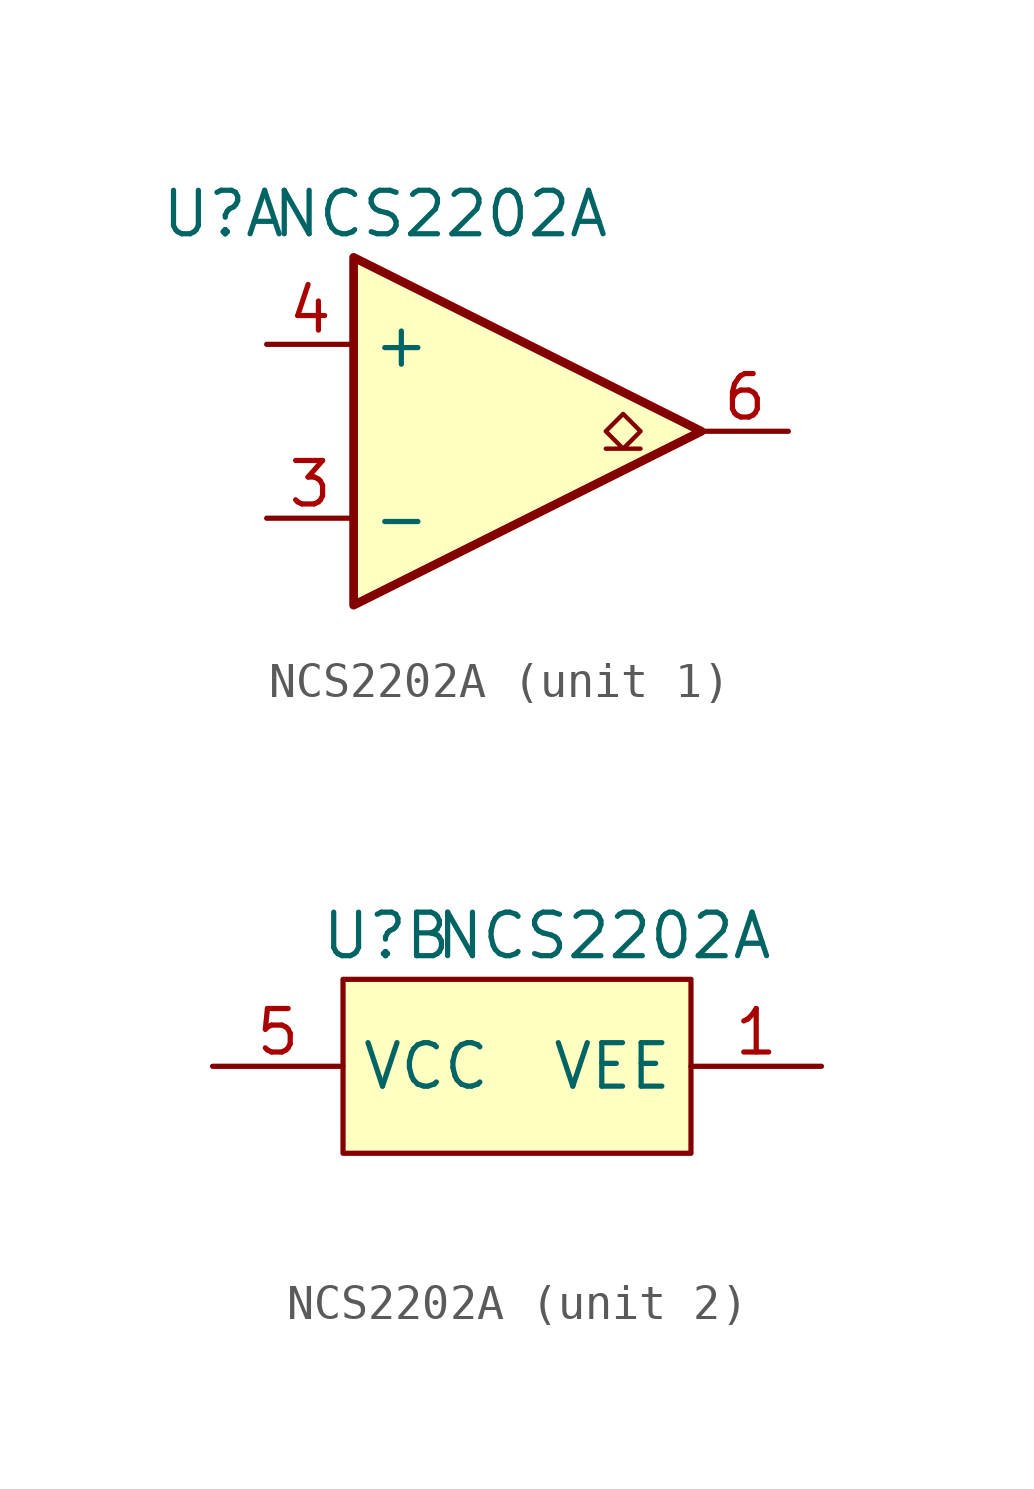
<source format=kicad_sym>
(kicad_symbol_lib
  (version 20211014)
  (generator kicad_symbol_editor)
  (symbol "NCS2202A"
    (property "Reference" "U"
      (at 1.27 1.27 0)
      (effects (font (size 1.27 1.27))))
    (property "Value" "NCS2202A"
      (at 7.62 1.27 0)
      (effects (font (size 1.27 1.27))))
    (property "ki_locked" ""
      (at 0 0 0)
      (effects (font (size 1.27 1.27))))
    (symbol "NCS2202A_1_1"
      (polyline (pts (xy 5.08 0) (xy 15.24 -5.08) (xy 5.08 -10.16) (xy 5.08 0)) (stroke (width 0.254) (type default) (color 0 0 0 0)) (fill (type background)))
      (polyline (pts (xy 13.462 -5.588) (xy 12.954 -5.588) (xy 13.462 -5.08) (xy 12.954 -4.572) (xy 12.446 -5.08) (xy 12.954 -5.588) (xy 12.446 -5.588)) (stroke (width 0.127) (type default) (color 0 0 0 0)) (fill (type none)))
      (pin input line (at 2.54 -7.62 0) (length 2.54) (name "-" (effects (font (size 1.27 1.27)))) (number "3" (effects (font (size 1.27 1.27)))))
      (pin input line (at 2.54 -2.54 0) (length 2.54) (name "+" (effects (font (size 1.27 1.27)))) (number "4" (effects (font (size 1.27 1.27)))))
      (pin open_collector line (at 17.78 -5.08 180) (length 2.54) (name "~" (effects (font (size 1.27 1.27)))) (number "6" (effects (font (size 1.27 1.27))))))
    (symbol "NCS2202A_2_1"
      (rectangle (start 0 0) (end 10.16 -5.08) (stroke (width 0.152) (type default) (color 0 0 0 0)) (fill (type background)))
      (pin power_in line (at 13.97 -2.54 180) (length 3.81) (name "VEE" (effects (font (size 1.27 1.27)))) (number "1" (effects (font (size 1.27 1.27)))))
      (pin no_connect line (at 5.08 -7.62 90) (length 2.54) hide (name "NC" (effects (font (size 1.27 1.27)))) (number "2" (effects (font (size 1.27 1.27)))))
      (pin power_in line (at -3.81 -2.54 0) (length 3.81) (name "VCC" (effects (font (size 1.27 1.27)))) (number "5" (effects (font (size 1.27 1.27))))))))
</source>
